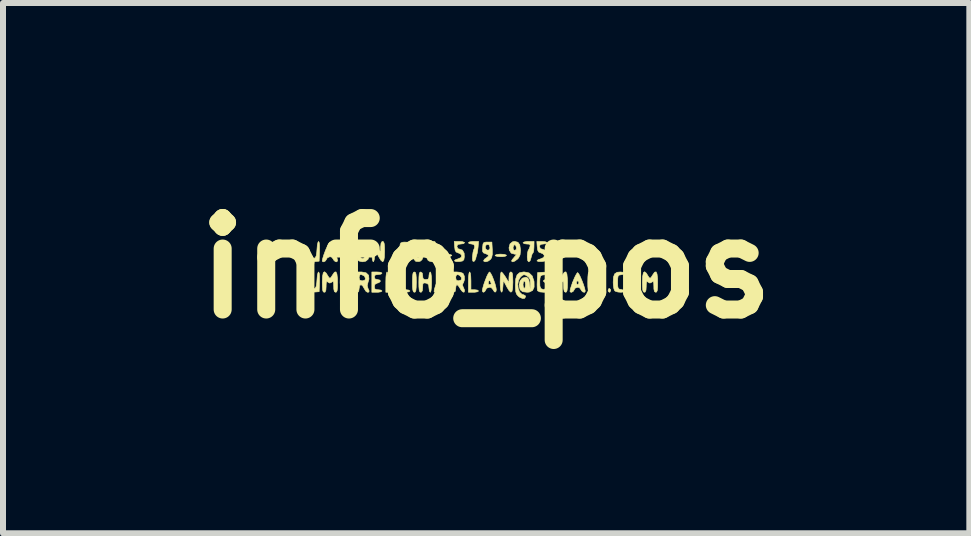
<source format=kicad_pcb>
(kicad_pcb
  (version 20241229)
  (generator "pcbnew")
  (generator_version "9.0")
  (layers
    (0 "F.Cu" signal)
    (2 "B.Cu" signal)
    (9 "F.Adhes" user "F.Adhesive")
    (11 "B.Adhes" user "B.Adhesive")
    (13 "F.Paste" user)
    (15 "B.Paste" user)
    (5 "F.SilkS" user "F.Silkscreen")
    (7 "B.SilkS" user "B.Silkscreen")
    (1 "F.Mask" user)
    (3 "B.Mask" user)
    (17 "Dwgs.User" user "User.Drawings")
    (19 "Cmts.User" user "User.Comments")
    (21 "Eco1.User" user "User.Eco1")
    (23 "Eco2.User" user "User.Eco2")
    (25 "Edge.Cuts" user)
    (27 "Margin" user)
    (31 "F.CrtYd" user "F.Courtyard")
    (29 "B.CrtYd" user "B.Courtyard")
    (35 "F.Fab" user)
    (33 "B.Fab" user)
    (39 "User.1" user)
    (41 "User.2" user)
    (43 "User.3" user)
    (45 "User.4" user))
  (footprint "info_pos"
    (layer "F.Cu")
    (at 5.051 1.418)
    (property "Reference" "info_pos" (at 0 0 0) (layer "F.SilkS") (effects (font (size 1.524 1.524) (thickness 0.3))))
    (attr through_hole)
    (fp_poly (pts (xy 2.072 0.356) (xy 2.074 0.37) (xy 2.063 0.399) (xy 2.053 0.402) (xy 2.034 0.385) (xy 2.032 0.37) (xy 2.043 0.342) (xy 2.053 0.339) (xy 2.072 0.356)) (stroke (width 0.01) (type solid)) (fill yes) (layer "F.SilkS"))
    (fp_poly (pts (xy -0.61 -0.229) (xy -0.576 -0.218) (xy -0.572 -0.212) (xy -0.59 -0.199) (xy -0.638 -0.191) (xy -0.667 -0.191) (xy -0.724 -0.195) (xy -0.758 -0.205) (xy -0.762 -0.212) (xy -0.743 -0.224) (xy -0.695 -0.232) (xy -0.667 -0.233) (xy -0.61 -0.229)) (stroke (width 0.01) (type solid)) (fill yes) (layer "F.SilkS"))
    (fp_poly (pts (xy 0.3 -0.229) (xy 0.334 -0.218) (xy 0.339 -0.212) (xy 0.32 -0.199) (xy 0.272 -0.191) (xy 0.243 -0.191) (xy 0.187 -0.195) (xy 0.153 -0.205) (xy 0.148 -0.212) (xy 0.167 -0.224) (xy 0.215 -0.232) (xy 0.243 -0.233) (xy 0.3 -0.229)) (stroke (width 0.01) (type solid)) (fill yes) (layer "F.SilkS"))
    (fp_poly (pts (xy -1.18 0.071) (xy -1.17 0.1) (xy -1.165 0.158) (xy -1.164 0.233) (xy -1.166 0.32) (xy -1.171 0.372) (xy -1.182 0.397) (xy -1.196 0.402) (xy -1.212 0.394) (xy -1.222 0.365) (xy -1.227 0.308) (xy -1.228 0.233) (xy -1.226 0.146) (xy -1.221 0.094) (xy -1.21 0.069) (xy -1.196 0.064) (xy -1.18 0.071)) (stroke (width 0.01) (type solid)) (fill yes) (layer "F.SilkS"))
    (fp_poly (pts (xy 1.741 0.071) (xy 1.751 0.1) (xy 1.756 0.158) (xy 1.757 0.233) (xy 1.755 0.32) (xy 1.75 0.372) (xy 1.739 0.397) (xy 1.725 0.402) (xy 1.709 0.394) (xy 1.699 0.365) (xy 1.694 0.308) (xy 1.693 0.233) (xy 1.695 0.146) (xy 1.7 0.094) (xy 1.711 0.069) (xy 1.725 0.064) (xy 1.741 0.071)) (stroke (width 0.01) (type solid)) (fill yes) (layer "F.SilkS"))
    (fp_poly (pts (xy -1.64 0.083) (xy -1.633 0.136) (xy -1.63 0.212) (xy -1.63 0.36) (xy -1.566 0.36) (xy -1.522 0.366) (xy -1.503 0.381) (xy -1.503 0.381) (xy -1.522 0.394) (xy -1.569 0.402) (xy -1.587 0.402) (xy -1.672 0.402) (xy -1.672 0.233) (xy -1.67 0.149) (xy -1.663 0.09) (xy -1.653 0.064) (xy -1.651 0.064) (xy -1.64 0.083)) (stroke (width 0.01) (type solid)) (fill yes) (layer "F.SilkS"))
    (fp_poly (pts (xy -1.407 0.083) (xy -1.4 0.136) (xy -1.397 0.212) (xy -1.397 0.36) (xy -1.333 0.36) (xy -1.289 0.366) (xy -1.27 0.381) (xy -1.27 0.381) (xy -1.289 0.394) (xy -1.336 0.402) (xy -1.355 0.402) (xy -1.439 0.402) (xy -1.439 0.233) (xy -1.437 0.149) (xy -1.43 0.09) (xy -1.42 0.064) (xy -1.418 0.064) (xy -1.407 0.083)) (stroke (width 0.01) (type solid)) (fill yes) (layer "F.SilkS"))
    (fp_poly (pts (xy -0.264 0.083) (xy -0.257 0.136) (xy -0.254 0.212) (xy -0.254 0.36) (xy -0.191 0.36) (xy -0.146 0.366) (xy -0.127 0.381) (xy -0.127 0.381) (xy -0.146 0.394) (xy -0.193 0.402) (xy -0.212 0.402) (xy -0.296 0.402) (xy -0.296 0.233) (xy -0.294 0.149) (xy -0.287 0.09) (xy -0.277 0.064) (xy -0.275 0.064) (xy -0.264 0.083)) (stroke (width 0.01) (type solid)) (fill yes) (layer "F.SilkS"))
    (fp_poly (pts (xy 1.831 0.083) (xy 1.839 0.136) (xy 1.841 0.212) (xy 1.841 0.36) (xy 1.905 0.36) (xy 1.95 0.366) (xy 1.968 0.381) (xy 1.968 0.381) (xy 1.95 0.394) (xy 1.903 0.402) (xy 1.884 0.402) (xy 1.799 0.402) (xy 1.799 0.233) (xy 1.802 0.149) (xy 1.808 0.09) (xy 1.818 0.064) (xy 1.82 0.064) (xy 1.831 0.083)) (stroke (width 0.01) (type solid)) (fill yes) (layer "F.SilkS"))
    (fp_poly (pts (xy -2.782 -0.425) (xy -2.777 -0.369) (xy -2.777 -0.285) (xy -2.777 -0.28) (xy -2.783 -0.116) (xy -2.852 -0.11) (xy -2.899 -0.11) (xy -2.921 -0.119) (xy -2.921 -0.121) (xy -2.904 -0.142) (xy -2.873 -0.159) (xy -2.846 -0.177) (xy -2.831 -0.207) (xy -2.823 -0.262) (xy -2.819 -0.312) (xy -2.813 -0.381) (xy -2.803 -0.429) (xy -2.792 -0.445) (xy -2.782 -0.425)) (stroke (width 0.01) (type solid)) (fill yes) (layer "F.SilkS"))
    (fp_poly (pts (xy -2.782 0.083) (xy -2.777 0.139) (xy -2.777 0.223) (xy -2.777 0.228) (xy -2.783 0.392) (xy -2.852 0.398) (xy -2.899 0.398) (xy -2.921 0.389) (xy -2.921 0.387) (xy -2.904 0.366) (xy -2.873 0.349) (xy -2.846 0.331) (xy -2.831 0.301) (xy -2.823 0.246) (xy -2.819 0.196) (xy -2.813 0.127) (xy -2.803 0.079) (xy -2.792 0.064) (xy -2.782 0.083)) (stroke (width 0.01) (type solid)) (fill yes) (layer "F.SilkS"))
    (fp_poly (pts (xy 1.164 -0.441) (xy 1.179 -0.401) (xy 1.185 -0.323) (xy 1.185 -0.275) (xy 1.183 -0.191) (xy 1.176 -0.132) (xy 1.166 -0.106) (xy 1.164 -0.106) (xy 1.153 -0.125) (xy 1.145 -0.174) (xy 1.143 -0.222) (xy 1.14 -0.292) (xy 1.13 -0.329) (xy 1.111 -0.339) (xy 1.084 -0.353) (xy 1.084 -0.387) (xy 1.105 -0.419) (xy 1.14 -0.446) (xy 1.164 -0.441)) (stroke (width 0.01) (type solid)) (fill yes) (layer "F.SilkS"))
    (fp_poly (pts (xy -0.134 -0.355) (xy -0.142 -0.291) (xy -0.151 -0.242) (xy -0.154 -0.233) (xy -0.169 -0.184) (xy -0.173 -0.161) (xy -0.191 -0.122) (xy -0.207 -0.111) (xy -0.223 -0.118) (xy -0.229 -0.157) (xy -0.227 -0.198) (xy -0.22 -0.259) (xy -0.21 -0.301) (xy -0.206 -0.309) (xy -0.193 -0.342) (xy -0.191 -0.363) (xy -0.205 -0.394) (xy -0.243 -0.402) (xy -0.283 -0.409) (xy -0.296 -0.423) (xy -0.278 -0.437) (xy -0.231 -0.444) (xy -0.211 -0.445) (xy -0.127 -0.445) (xy -0.134 -0.355)) (stroke (width 0.01) (type solid)) (fill yes) (layer "F.SilkS"))
    (fp_poly (pts (xy 2.289 0.07) (xy 2.306 0.086) (xy 2.285 0.102) (xy 2.249 0.11) (xy 2.216 0.116) (xy 2.198 0.134) (xy 2.192 0.172) (xy 2.191 0.233) (xy 2.192 0.3) (xy 2.2 0.335) (xy 2.219 0.351) (xy 2.249 0.356) (xy 2.291 0.367) (xy 2.307 0.382) (xy 2.289 0.397) (xy 2.247 0.402) (xy 2.196 0.398) (xy 2.154 0.385) (xy 2.142 0.377) (xy 2.128 0.343) (xy 2.119 0.282) (xy 2.117 0.233) (xy 2.122 0.147) (xy 2.142 0.095) (xy 2.182 0.069) (xy 2.237 0.064) (xy 2.289 0.07)) (stroke (width 0.01) (type solid)) (fill yes) (layer "F.SilkS"))
    (fp_poly (pts (xy 0.796 -0.349) (xy 0.792 -0.292) (xy 0.783 -0.258) (xy 0.779 -0.254) (xy 0.766 -0.236) (xy 0.752 -0.19) (xy 0.75 -0.18) (xy 0.732 -0.123) (xy 0.71 -0.105) (xy 0.692 -0.125) (xy 0.685 -0.182) (xy 0.685 -0.196) (xy 0.69 -0.254) (xy 0.698 -0.291) (xy 0.701 -0.296) (xy 0.717 -0.323) (xy 0.729 -0.355) (xy 0.734 -0.388) (xy 0.714 -0.4) (xy 0.679 -0.402) (xy 0.634 -0.408) (xy 0.614 -0.423) (xy 0.614 -0.423) (xy 0.633 -0.436) (xy 0.68 -0.444) (xy 0.706 -0.445) (xy 0.798 -0.445) (xy 0.796 -0.349)) (stroke (width 0.01) (type solid)) (fill yes) (layer "F.SilkS"))
    (fp_poly (pts (xy -1.767 0.068) (xy -1.738 0.08) (xy -1.736 0.085) (xy -1.754 0.1) (xy -1.798 0.106) (xy -1.799 0.106) (xy -1.846 0.112) (xy -1.862 0.137) (xy -1.863 0.148) (xy -1.851 0.181) (xy -1.809 0.19) (xy -1.808 0.191) (xy -1.769 0.2) (xy -1.764 0.222) (xy -1.79 0.243) (xy -1.817 0.25) (xy -1.854 0.27) (xy -1.863 0.308) (xy -1.856 0.345) (xy -1.826 0.359) (xy -1.799 0.36) (xy -1.755 0.366) (xy -1.736 0.381) (xy -1.736 0.381) (xy -1.754 0.394) (xy -1.801 0.402) (xy -1.82 0.402) (xy -1.905 0.402) (xy -1.905 0.064) (xy -1.82 0.064) (xy -1.767 0.068)) (stroke (width 0.01) (type solid)) (fill yes) (layer "F.SilkS"))
    (fp_poly (pts (xy -1.709 -0.437) (xy -1.699 -0.408) (xy -1.694 -0.35) (xy -1.693 -0.275) (xy -1.697 -0.178) (xy -1.707 -0.123) (xy -1.726 -0.107) (xy -1.755 -0.132) (xy -1.794 -0.195) (xy -1.799 -0.206) (xy -1.852 -0.306) (xy -1.859 -0.206) (xy -1.866 -0.137) (xy -1.877 -0.108) (xy -1.888 -0.114) (xy -1.898 -0.153) (xy -1.904 -0.222) (xy -1.905 -0.275) (xy -1.903 -0.354) (xy -1.897 -0.413) (xy -1.889 -0.443) (xy -1.886 -0.445) (xy -1.865 -0.428) (xy -1.833 -0.385) (xy -1.813 -0.355) (xy -1.758 -0.265) (xy -1.758 -0.355) (xy -1.752 -0.416) (xy -1.736 -0.442) (xy -1.725 -0.445) (xy -1.709 -0.437)) (stroke (width 0.01) (type solid)) (fill yes) (layer "F.SilkS"))
    (fp_poly (pts (xy 0.429 0.071) (xy 0.439 0.1) (xy 0.443 0.158) (xy 0.445 0.233) (xy 0.441 0.33) (xy 0.431 0.385) (xy 0.412 0.401) (xy 0.383 0.376) (xy 0.344 0.313) (xy 0.339 0.302) (xy 0.286 0.202) (xy 0.279 0.302) (xy 0.272 0.371) (xy 0.261 0.4) (xy 0.25 0.394) (xy 0.24 0.355) (xy 0.234 0.286) (xy 0.233 0.233) (xy 0.235 0.154) (xy 0.241 0.095) (xy 0.249 0.065) (xy 0.252 0.064) (xy 0.273 0.08) (xy 0.305 0.123) (xy 0.325 0.153) (xy 0.379 0.243) (xy 0.38 0.153) (xy 0.386 0.092) (xy 0.402 0.066) (xy 0.413 0.064) (xy 0.429 0.071)) (stroke (width 0.01) (type solid)) (fill yes) (layer "F.SilkS"))
    (fp_poly (pts (xy -1.304 -0.43) (xy -1.281 -0.41) (xy -1.274 -0.375) (xy -1.281 -0.316) (xy -1.307 -0.252) (xy -1.311 -0.246) (xy -1.343 -0.19) (xy -1.352 -0.161) (xy -1.336 -0.15) (xy -1.312 -0.148) (xy -1.278 -0.139) (xy -1.27 -0.127) (xy -1.289 -0.114) (xy -1.336 -0.106) (xy -1.355 -0.106) (xy -1.41 -0.111) (xy -1.438 -0.125) (xy -1.439 -0.13) (xy -1.429 -0.16) (xy -1.402 -0.213) (xy -1.374 -0.26) (xy -1.338 -0.327) (xy -1.325 -0.372) (xy -1.329 -0.385) (xy -1.359 -0.389) (xy -1.382 -0.372) (xy -1.419 -0.342) (xy -1.436 -0.35) (xy -1.436 -0.386) (xy -1.423 -0.419) (xy -1.389 -0.432) (xy -1.355 -0.434) (xy -1.304 -0.43)) (stroke (width 0.01) (type solid)) (fill yes) (layer "F.SilkS"))
    (fp_poly (pts (xy -1.078 -0.416) (xy -1.049 -0.36) (xy -1.039 -0.283) (xy -1.049 -0.197) (xy -1.049 -0.196) (xy -1.069 -0.141) (xy -1.098 -0.116) (xy -1.127 -0.11) (xy -1.174 -0.114) (xy -1.202 -0.147) (xy -1.206 -0.159) (xy -1.224 -0.234) (xy -1.225 -0.264) (xy -1.164 -0.264) (xy -1.16 -0.211) (xy -1.151 -0.184) (xy -1.126 -0.177) (xy -1.108 -0.206) (xy -1.101 -0.265) (xy -1.101 -0.271) (xy -1.106 -0.335) (xy -1.118 -0.377) (xy -1.135 -0.391) (xy -1.151 -0.37) (xy -1.161 -0.323) (xy -1.164 -0.264) (xy -1.225 -0.264) (xy -1.226 -0.315) (xy -1.213 -0.384) (xy -1.2 -0.411) (xy -1.155 -0.44) (xy -1.121 -0.441) (xy -1.078 -0.416)) (stroke (width 0.01) (type solid)) (fill yes) (layer "F.SilkS"))
    (fp_poly (pts (xy -1.995 -0.43) (xy -1.962 -0.383) (xy -1.948 -0.302) (xy -1.947 -0.275) (xy -1.953 -0.209) (xy -1.965 -0.155) (xy -1.969 -0.147) (xy -2.007 -0.116) (xy -2.062 -0.106) (xy -2.116 -0.118) (xy -2.134 -0.131) (xy -2.148 -0.165) (xy -2.157 -0.226) (xy -2.159 -0.275) (xy -2.116 -0.275) (xy -2.11 -0.214) (xy -2.093 -0.175) (xy -2.057 -0.156) (xy -2.029 -0.175) (xy -2.014 -0.229) (xy -2.011 -0.275) (xy -2.019 -0.348) (xy -2.04 -0.387) (xy -2.071 -0.391) (xy -2.093 -0.375) (xy -2.11 -0.335) (xy -2.116 -0.275) (xy -2.159 -0.275) (xy -2.159 -0.275) (xy -2.153 -0.362) (xy -2.133 -0.415) (xy -2.094 -0.44) (xy -2.05 -0.445) (xy -1.995 -0.43)) (stroke (width 0.01) (type solid)) (fill yes) (layer "F.SilkS"))
    (fp_poly (pts (xy -0.392 -0.44) (xy -0.362 -0.428) (xy -0.36 -0.423) (xy -0.378 -0.408) (xy -0.423 -0.402) (xy -0.423 -0.402) (xy -0.47 -0.396) (xy -0.486 -0.371) (xy -0.487 -0.36) (xy -0.472 -0.324) (xy -0.447 -0.318) (xy -0.396 -0.3) (xy -0.367 -0.25) (xy -0.364 -0.187) (xy -0.372 -0.14) (xy -0.395 -0.119) (xy -0.446 -0.11) (xy -0.45 -0.11) (xy -0.501 -0.11) (xy -0.528 -0.12) (xy -0.529 -0.123) (xy -0.511 -0.14) (xy -0.467 -0.155) (xy -0.464 -0.156) (xy -0.417 -0.178) (xy -0.406 -0.21) (xy -0.431 -0.24) (xy -0.466 -0.254) (xy -0.501 -0.269) (xy -0.518 -0.301) (xy -0.525 -0.355) (xy -0.532 -0.445) (xy -0.446 -0.445) (xy -0.392 -0.44)) (stroke (width 0.01) (type solid)) (fill yes) (layer "F.SilkS"))
    (fp_poly (pts (xy 0.984 -0.44) (xy 1.014 -0.428) (xy 1.016 -0.423) (xy 0.998 -0.408) (xy 0.953 -0.402) (xy 0.953 -0.402) (xy 0.906 -0.396) (xy 0.89 -0.371) (xy 0.889 -0.36) (xy 0.904 -0.324) (xy 0.929 -0.318) (xy 0.98 -0.3) (xy 1.009 -0.25) (xy 1.012 -0.187) (xy 1.004 -0.14) (xy 0.981 -0.119) (xy 0.93 -0.11) (xy 0.926 -0.11) (xy 0.875 -0.11) (xy 0.848 -0.12) (xy 0.847 -0.123) (xy 0.865 -0.14) (xy 0.909 -0.155) (xy 0.912 -0.156) (xy 0.959 -0.178) (xy 0.97 -0.21) (xy 0.945 -0.24) (xy 0.91 -0.254) (xy 0.875 -0.269) (xy 0.858 -0.301) (xy 0.851 -0.355) (xy 0.844 -0.445) (xy 0.93 -0.445) (xy 0.984 -0.44)) (stroke (width 0.01) (type solid)) (fill yes) (layer "F.SilkS"))
    (fp_poly (pts (xy -2.311 -0.44) (xy -2.259 -0.429) (xy -2.229 -0.409) (xy -2.227 -0.406) (xy -2.233 -0.387) (xy -2.272 -0.383) (xy -2.287 -0.385) (xy -2.343 -0.382) (xy -2.363 -0.362) (xy -2.346 -0.33) (xy -2.297 -0.294) (xy -2.247 -0.259) (xy -2.227 -0.226) (xy -2.227 -0.182) (xy -2.236 -0.138) (xy -2.261 -0.117) (xy -2.309 -0.11) (xy -2.38 -0.116) (xy -2.413 -0.137) (xy -2.43 -0.172) (xy -2.414 -0.187) (xy -2.37 -0.178) (xy -2.365 -0.176) (xy -2.313 -0.163) (xy -2.275 -0.172) (xy -2.265 -0.193) (xy -2.282 -0.213) (xy -2.325 -0.241) (xy -2.34 -0.248) (xy -2.401 -0.292) (xy -2.429 -0.342) (xy -2.426 -0.39) (xy -2.394 -0.426) (xy -2.332 -0.441) (xy -2.311 -0.44)) (stroke (width 0.01) (type solid)) (fill yes) (layer "F.SilkS"))
    (fp_poly (pts (xy -2.274 0.073) (xy -2.241 0.106) (xy -2.225 0.168) (xy -2.223 0.233) (xy -2.227 0.303) (xy -2.238 0.357) (xy -2.248 0.377) (xy -2.295 0.4) (xy -2.352 0.399) (xy -2.4 0.377) (xy -2.412 0.361) (xy -2.427 0.311) (xy -2.433 0.242) (xy -2.432 0.198) (xy -2.37 0.198) (xy -2.369 0.259) (xy -2.362 0.313) (xy -2.347 0.343) (xy -2.344 0.345) (xy -2.303 0.341) (xy -2.275 0.303) (xy -2.265 0.235) (xy -2.265 0.233) (xy -2.274 0.17) (xy -2.299 0.126) (xy -2.332 0.11) (xy -2.349 0.116) (xy -2.363 0.145) (xy -2.37 0.198) (xy -2.432 0.198) (xy -2.431 0.17) (xy -2.421 0.113) (xy -2.409 0.089) (xy -2.369 0.069) (xy -2.328 0.064) (xy -2.274 0.073)) (stroke (width 0.01) (type solid)) (fill yes) (layer "F.SilkS"))
    (fp_poly (pts (xy 0.102 -0.31) (xy 0.102 -0.228) (xy 0.091 -0.175) (xy 0.072 -0.146) (xy 0.034 -0.118) (xy -0.008 -0.106) (xy -0.037 -0.113) (xy -0.042 -0.126) (xy -0.026 -0.151) (xy 0 -0.169) (xy 0.037 -0.199) (xy 0.032 -0.223) (xy -0.012 -0.242) (xy -0.046 -0.255) (xy -0.06 -0.281) (xy -0.06 -0.33) (xy -0.014 -0.33) (xy -0.014 -0.33) (xy 0.012 -0.301) (xy 0.043 -0.301) (xy 0.063 -0.328) (xy 0.064 -0.337) (xy 0.053 -0.379) (xy 0.04 -0.393) (xy 0.009 -0.394) (xy -0.014 -0.368) (xy -0.014 -0.33) (xy -0.06 -0.33) (xy -0.06 -0.332) (xy -0.059 -0.345) (xy -0.053 -0.401) (xy -0.038 -0.426) (xy -0.004 -0.434) (xy 0.021 -0.434) (xy 0.095 -0.434) (xy 0.102 -0.31)) (stroke (width 0.01) (type solid)) (fill yes) (layer "F.SilkS"))
    (fp_poly (pts (xy 0.529 -0.431) (xy 0.56 -0.388) (xy 0.571 -0.312) (xy 0.572 -0.296) (xy 0.565 -0.222) (xy 0.541 -0.172) (xy 0.523 -0.152) (xy 0.478 -0.118) (xy 0.441 -0.105) (xy 0.424 -0.117) (xy 0.423 -0.12) (xy 0.436 -0.144) (xy 0.468 -0.182) (xy 0.469 -0.184) (xy 0.499 -0.218) (xy 0.5 -0.231) (xy 0.474 -0.233) (xy 0.474 -0.233) (xy 0.417 -0.25) (xy 0.386 -0.3) (xy 0.381 -0.339) (xy 0.382 -0.344) (xy 0.448 -0.344) (xy 0.453 -0.305) (xy 0.476 -0.296) (xy 0.502 -0.311) (xy 0.504 -0.344) (xy 0.491 -0.381) (xy 0.476 -0.392) (xy 0.457 -0.374) (xy 0.448 -0.344) (xy 0.382 -0.344) (xy 0.397 -0.403) (xy 0.44 -0.439) (xy 0.476 -0.445) (xy 0.529 -0.431)) (stroke (width 0.01) (type solid)) (fill yes) (layer "F.SilkS"))
    (fp_poly (pts (xy 1.022 0.069) (xy 1.054 0.079) (xy 1.052 0.093) (xy 1.011 0.106) (xy 0.979 0.11) (xy 0.932 0.116) (xy 0.907 0.131) (xy 0.897 0.167) (xy 0.893 0.22) (xy 0.895 0.299) (xy 0.911 0.339) (xy 0.914 0.342) (xy 0.961 0.359) (xy 0.988 0.339) (xy 0.995 0.296) (xy 0.989 0.252) (xy 0.974 0.233) (xy 0.974 0.233) (xy 0.953 0.217) (xy 0.953 0.212) (xy 0.971 0.196) (xy 1.005 0.191) (xy 1.037 0.194) (xy 1.052 0.211) (xy 1.058 0.254) (xy 1.058 0.296) (xy 1.058 0.402) (xy 0.962 0.402) (xy 0.893 0.396) (xy 0.857 0.377) (xy 0.855 0.373) (xy 0.851 0.338) (xy 0.849 0.275) (xy 0.851 0.209) (xy 0.857 0.074) (xy 0.958 0.068) (xy 1.022 0.069)) (stroke (width 0.01) (type solid)) (fill yes) (layer "F.SilkS"))
    (fp_poly (pts (xy 2.53 0.084) (xy 2.536 0.089) (xy 2.551 0.126) (xy 2.559 0.189) (xy 2.56 0.262) (xy 2.553 0.328) (xy 2.54 0.372) (xy 2.536 0.377) (xy 2.489 0.4) (xy 2.432 0.399) (xy 2.384 0.377) (xy 2.371 0.361) (xy 2.357 0.311) (xy 2.35 0.242) (xy 2.352 0.198) (xy 2.414 0.198) (xy 2.414 0.259) (xy 2.422 0.313) (xy 2.436 0.343) (xy 2.439 0.345) (xy 2.48 0.341) (xy 2.508 0.303) (xy 2.519 0.235) (xy 2.519 0.233) (xy 2.509 0.17) (xy 2.485 0.126) (xy 2.452 0.11) (xy 2.435 0.116) (xy 2.421 0.145) (xy 2.414 0.198) (xy 2.352 0.198) (xy 2.353 0.17) (xy 2.363 0.113) (xy 2.375 0.089) (xy 2.421 0.068) (xy 2.48 0.066) (xy 2.53 0.084)) (stroke (width 0.01) (type solid)) (fill yes) (layer "F.SilkS"))
    (fp_poly (pts (xy -2.587 -0.416) (xy -2.562 -0.369) (xy -2.533 -0.305) (xy -2.507 -0.235) (xy -2.486 -0.172) (xy -2.477 -0.127) (xy -2.477 -0.123) (xy -2.489 -0.105) (xy -2.516 -0.111) (xy -2.54 -0.134) (xy -2.546 -0.148) (xy -2.575 -0.184) (xy -2.603 -0.191) (xy -2.647 -0.173) (xy -2.661 -0.148) (xy -2.68 -0.119) (xy -2.708 -0.105) (xy -2.728 -0.112) (xy -2.731 -0.123) (xy -2.723 -0.164) (xy -2.704 -0.225) (xy -2.689 -0.265) (xy -2.625 -0.265) (xy -2.613 -0.236) (xy -2.603 -0.233) (xy -2.585 -0.25) (xy -2.582 -0.265) (xy -2.594 -0.293) (xy -2.603 -0.296) (xy -2.622 -0.279) (xy -2.625 -0.265) (xy -2.689 -0.265) (xy -2.678 -0.295) (xy -2.649 -0.36) (xy -2.624 -0.41) (xy -2.605 -0.433) (xy -2.603 -0.434) (xy -2.587 -0.416)) (stroke (width 0.01) (type solid)) (fill yes) (layer "F.SilkS"))
    (fp_poly (pts (xy -0.847 -0.433) (xy -0.847 -0.43) (xy -0.86 -0.406) (xy -0.891 -0.368) (xy -0.893 -0.366) (xy -0.923 -0.333) (xy -0.924 -0.32) (xy -0.897 -0.318) (xy -0.897 -0.318) (xy -0.84 -0.3) (xy -0.809 -0.251) (xy -0.804 -0.212) (xy -0.82 -0.147) (xy -0.864 -0.111) (xy -0.9 -0.106) (xy -0.948 -0.117) (xy -0.969 -0.131) (xy -0.985 -0.167) (xy -0.994 -0.225) (xy -0.931 -0.225) (xy -0.926 -0.181) (xy -0.918 -0.163) (xy -0.892 -0.157) (xy -0.872 -0.183) (xy -0.868 -0.211) (xy -0.883 -0.25) (xy -0.9 -0.262) (xy -0.925 -0.259) (xy -0.931 -0.225) (xy -0.994 -0.225) (xy -0.994 -0.226) (xy -0.995 -0.255) (xy -0.988 -0.328) (xy -0.964 -0.378) (xy -0.946 -0.398) (xy -0.901 -0.432) (xy -0.864 -0.445) (xy -0.847 -0.433)) (stroke (width 0.01) (type solid)) (fill yes) (layer "F.SilkS"))
    (fp_poly (pts (xy -0.724 0.092) (xy -0.699 0.139) (xy -0.671 0.203) (xy -0.644 0.273) (xy -0.624 0.336) (xy -0.614 0.381) (xy -0.614 0.385) (xy -0.626 0.403) (xy -0.653 0.397) (xy -0.678 0.374) (xy -0.683 0.36) (xy -0.712 0.324) (xy -0.741 0.318) (xy -0.785 0.335) (xy -0.798 0.36) (xy -0.817 0.389) (xy -0.845 0.403) (xy -0.865 0.396) (xy -0.868 0.385) (xy -0.86 0.344) (xy -0.841 0.283) (xy -0.826 0.243) (xy -0.762 0.243) (xy -0.751 0.272) (xy -0.741 0.275) (xy -0.722 0.258) (xy -0.72 0.243) (xy -0.731 0.215) (xy -0.741 0.212) (xy -0.76 0.229) (xy -0.762 0.243) (xy -0.826 0.243) (xy -0.815 0.213) (xy -0.787 0.148) (xy -0.761 0.098) (xy -0.743 0.075) (xy -0.741 0.074) (xy -0.724 0.092)) (stroke (width 0.01) (type solid)) (fill yes) (layer "F.SilkS"))
    (fp_poly (pts (xy 0.073 0.082) (xy 0.098 0.129) (xy 0.124 0.194) (xy 0.148 0.263) (xy 0.164 0.326) (xy 0.169 0.364) (xy 0.16 0.397) (xy 0.138 0.396) (xy 0.117 0.362) (xy 0.116 0.36) (xy 0.085 0.324) (xy 0.054 0.318) (xy 0.008 0.334) (xy -0.006 0.36) (xy -0.025 0.392) (xy -0.049 0.402) (xy -0.063 0.384) (xy -0.064 0.377) (xy -0.057 0.334) (xy -0.039 0.271) (xy -0.025 0.231) (xy 0.037 0.231) (xy 0.038 0.268) (xy 0.055 0.275) (xy 0.082 0.266) (xy 0.084 0.259) (xy 0.074 0.229) (xy 0.066 0.215) (xy 0.05 0.202) (xy 0.037 0.228) (xy 0.037 0.231) (xy -0.025 0.231) (xy -0.014 0.201) (xy 0.012 0.135) (xy 0.037 0.086) (xy 0.054 0.064) (xy 0.055 0.064) (xy 0.073 0.082)) (stroke (width 0.01) (type solid)) (fill yes) (layer "F.SilkS"))
    (fp_poly (pts (xy 1.541 0.092) (xy 1.566 0.139) (xy 1.594 0.203) (xy 1.621 0.273) (xy 1.641 0.336) (xy 1.651 0.381) (xy 1.651 0.385) (xy 1.639 0.403) (xy 1.612 0.397) (xy 1.587 0.374) (xy 1.581 0.36) (xy 1.553 0.324) (xy 1.524 0.318) (xy 1.48 0.335) (xy 1.467 0.36) (xy 1.448 0.389) (xy 1.42 0.403) (xy 1.4 0.396) (xy 1.397 0.385) (xy 1.404 0.344) (xy 1.424 0.283) (xy 1.438 0.243) (xy 1.503 0.243) (xy 1.514 0.272) (xy 1.524 0.275) (xy 1.543 0.258) (xy 1.545 0.243) (xy 1.534 0.215) (xy 1.524 0.212) (xy 1.505 0.229) (xy 1.503 0.243) (xy 1.438 0.243) (xy 1.45 0.213) (xy 1.478 0.148) (xy 1.504 0.098) (xy 1.522 0.075) (xy 1.524 0.074) (xy 1.541 0.092)) (stroke (width 0.01) (type solid)) (fill yes) (layer "F.SilkS"))
    (fp_poly (pts (xy -2.665 0.084) (xy -2.646 0.116) (xy -2.621 0.155) (xy -2.603 0.169) (xy -2.584 0.153) (xy -2.561 0.116) (xy -2.528 0.068) (xy -2.503 0.062) (xy -2.487 0.097) (xy -2.478 0.173) (xy -2.477 0.233) (xy -2.478 0.32) (xy -2.483 0.372) (xy -2.494 0.397) (xy -2.508 0.402) (xy -2.529 0.39) (xy -2.539 0.348) (xy -2.54 0.304) (xy -2.542 0.246) (xy -2.549 0.223) (xy -2.566 0.228) (xy -2.572 0.233) (xy -2.606 0.249) (xy -2.635 0.233) (xy -2.655 0.222) (xy -2.664 0.237) (xy -2.667 0.285) (xy -2.667 0.304) (xy -2.671 0.368) (xy -2.684 0.398) (xy -2.699 0.402) (xy -2.715 0.394) (xy -2.725 0.365) (xy -2.729 0.308) (xy -2.731 0.233) (xy -2.726 0.134) (xy -2.714 0.076) (xy -2.694 0.06) (xy -2.665 0.084)) (stroke (width 0.01) (type solid)) (fill yes) (layer "F.SilkS"))
    (fp_poly (pts (xy 1.166 0.084) (xy 1.185 0.116) (xy 1.21 0.155) (xy 1.228 0.169) (xy 1.247 0.153) (xy 1.27 0.116) (xy 1.303 0.068) (xy 1.328 0.062) (xy 1.345 0.097) (xy 1.353 0.173) (xy 1.355 0.233) (xy 1.353 0.32) (xy 1.348 0.372) (xy 1.337 0.397) (xy 1.323 0.402) (xy 1.302 0.39) (xy 1.293 0.348) (xy 1.291 0.304) (xy 1.289 0.246) (xy 1.282 0.223) (xy 1.266 0.228) (xy 1.259 0.233) (xy 1.226 0.249) (xy 1.196 0.233) (xy 1.177 0.222) (xy 1.167 0.237) (xy 1.164 0.285) (xy 1.164 0.304) (xy 1.16 0.368) (xy 1.147 0.398) (xy 1.132 0.402) (xy 1.116 0.394) (xy 1.106 0.365) (xy 1.102 0.308) (xy 1.101 0.233) (xy 1.105 0.134) (xy 1.117 0.076) (xy 1.138 0.06) (xy 1.166 0.084)) (stroke (width 0.01) (type solid)) (fill yes) (layer "F.SilkS"))
    (fp_poly (pts (xy 2.669 0.084) (xy 2.688 0.116) (xy 2.713 0.155) (xy 2.731 0.169) (xy 2.75 0.153) (xy 2.773 0.116) (xy 2.806 0.068) (xy 2.831 0.062) (xy 2.847 0.097) (xy 2.856 0.173) (xy 2.857 0.233) (xy 2.856 0.32) (xy 2.851 0.372) (xy 2.84 0.397) (xy 2.826 0.402) (xy 2.805 0.39) (xy 2.795 0.348) (xy 2.794 0.304) (xy 2.792 0.246) (xy 2.785 0.223) (xy 2.768 0.228) (xy 2.762 0.233) (xy 2.728 0.249) (xy 2.699 0.233) (xy 2.679 0.222) (xy 2.67 0.237) (xy 2.667 0.285) (xy 2.667 0.304) (xy 2.663 0.368) (xy 2.65 0.398) (xy 2.635 0.402) (xy 2.619 0.394) (xy 2.609 0.365) (xy 2.605 0.308) (xy 2.603 0.233) (xy 2.608 0.134) (xy 2.62 0.076) (xy 2.64 0.06) (xy 2.669 0.084)) (stroke (width 0.01) (type solid)) (fill yes) (layer "F.SilkS"))
    (fp_poly (pts (xy -2.001 0.078) (xy -1.959 0.118) (xy -1.953 0.182) (xy -1.967 0.23) (xy -1.982 0.291) (xy -1.97 0.335) (xy -1.95 0.38) (xy -1.955 0.399) (xy -1.977 0.402) (xy -2.004 0.385) (xy -2.031 0.342) (xy -2.032 0.339) (xy -2.058 0.295) (xy -2.086 0.275) (xy -2.087 0.275) (xy -2.11 0.294) (xy -2.117 0.339) (xy -2.123 0.383) (xy -2.138 0.402) (xy -2.138 0.402) (xy -2.148 0.382) (xy -2.156 0.328) (xy -2.159 0.248) (xy -2.159 0.233) (xy -2.159 0.159) (xy -2.117 0.159) (xy -2.108 0.199) (xy -2.074 0.211) (xy -2.064 0.212) (xy -2.022 0.201) (xy -2.011 0.172) (xy -2.029 0.131) (xy -2.077 0.108) (xy -2.097 0.106) (xy -2.112 0.124) (xy -2.117 0.159) (xy -2.159 0.159) (xy -2.159 0.064) (xy -2.074 0.064) (xy -2.001 0.078)) (stroke (width 0.01) (type solid)) (fill yes) (layer "F.SilkS"))
    (fp_poly (pts (xy -0.921 0.083) (xy -0.913 0.137) (xy -0.91 0.218) (xy -0.91 0.233) (xy -0.913 0.317) (xy -0.919 0.376) (xy -0.929 0.402) (xy -0.931 0.402) (xy -0.946 0.384) (xy -0.952 0.338) (xy -0.953 0.331) (xy -0.958 0.279) (xy -0.981 0.256) (xy -1.005 0.249) (xy -1.04 0.246) (xy -1.055 0.263) (xy -1.058 0.309) (xy -1.058 0.32) (xy -1.064 0.378) (xy -1.082 0.401) (xy -1.09 0.402) (xy -1.106 0.394) (xy -1.116 0.365) (xy -1.121 0.308) (xy -1.122 0.233) (xy -1.12 0.146) (xy -1.115 0.094) (xy -1.104 0.069) (xy -1.09 0.064) (xy -1.065 0.082) (xy -1.058 0.127) (xy -1.053 0.172) (xy -1.028 0.189) (xy -1.005 0.191) (xy -0.968 0.184) (xy -0.954 0.155) (xy -0.953 0.127) (xy -0.946 0.082) (xy -0.932 0.064) (xy -0.931 0.064) (xy -0.921 0.083)) (stroke (width 0.01) (type solid)) (fill yes) (layer "F.SilkS"))
    (fp_poly (pts (xy -0.432 0.07) (xy -0.39 0.085) (xy -0.385 0.089) (xy -0.364 0.133) (xy -0.362 0.192) (xy -0.377 0.241) (xy -0.383 0.247) (xy -0.395 0.28) (xy -0.383 0.314) (xy -0.364 0.357) (xy -0.36 0.38) (xy -0.37 0.402) (xy -0.394 0.393) (xy -0.423 0.357) (xy -0.434 0.339) (xy -0.462 0.296) (xy -0.486 0.275) (xy -0.487 0.275) (xy -0.502 0.294) (xy -0.508 0.338) (xy -0.508 0.339) (xy -0.517 0.389) (xy -0.54 0.402) (xy -0.556 0.394) (xy -0.566 0.365) (xy -0.57 0.308) (xy -0.572 0.233) (xy -0.572 0.159) (xy -0.508 0.159) (xy -0.498 0.2) (xy -0.467 0.212) (xy -0.426 0.201) (xy -0.412 0.19) (xy -0.413 0.157) (xy -0.438 0.123) (xy -0.475 0.106) (xy -0.479 0.106) (xy -0.502 0.124) (xy -0.508 0.159) (xy -0.572 0.159) (xy -0.572 0.064) (xy -0.491 0.064) (xy -0.432 0.07)) (stroke (width 0.01) (type solid)) (fill yes) (layer "F.SilkS"))
    (fp_poly (pts (xy 0.715 0.08) (xy 0.767 0.13) (xy 0.796 0.215) (xy 0.798 0.228) (xy 0.799 0.316) (xy 0.773 0.372) (xy 0.718 0.399) (xy 0.681 0.402) (xy 0.607 0.392) (xy 0.566 0.359) (xy 0.551 0.298) (xy 0.55 0.283) (xy 0.552 0.275) (xy 0.614 0.275) (xy 0.62 0.32) (xy 0.635 0.339) (xy 0.635 0.339) (xy 0.65 0.32) (xy 0.656 0.276) (xy 0.656 0.275) (xy 0.65 0.231) (xy 0.635 0.212) (xy 0.635 0.212) (xy 0.62 0.23) (xy 0.614 0.274) (xy 0.614 0.275) (xy 0.552 0.275) (xy 0.565 0.213) (xy 0.603 0.167) (xy 0.657 0.152) (xy 0.664 0.152) (xy 0.694 0.165) (xy 0.712 0.201) (xy 0.722 0.254) (xy 0.734 0.349) (xy 0.738 0.26) (xy 0.734 0.196) (xy 0.714 0.156) (xy 0.694 0.139) (xy 0.647 0.111) (xy 0.614 0.113) (xy 0.574 0.145) (xy 0.572 0.148) (xy 0.539 0.203) (xy 0.527 0.271) (xy 0.534 0.34) (xy 0.558 0.4) (xy 0.596 0.437) (xy 0.626 0.445) (xy 0.653 0.461) (xy 0.656 0.476) (xy 0.641 0.503) (xy 0.604 0.505) (xy 0.557 0.484) (xy 0.533 0.465) (xy 0.507 0.434) (xy 0.493 0.393) (xy 0.488 0.331) (xy 0.487 0.278) (xy 0.493 0.178) (xy 0.515 0.113) (xy 0.555 0.077) (xy 0.62 0.064) (xy 0.639 0.064) (xy 0.715 0.08)) (stroke (width 0.01) (type solid)) (fill yes) (layer "F.SilkS")))
  (gr_rect
    (start -3 -3)
    (end 13.102 5.836)
    (stroke (width 0.1) (type default))
    (fill no)
    (layer "Edge.Cuts")))
</source>
